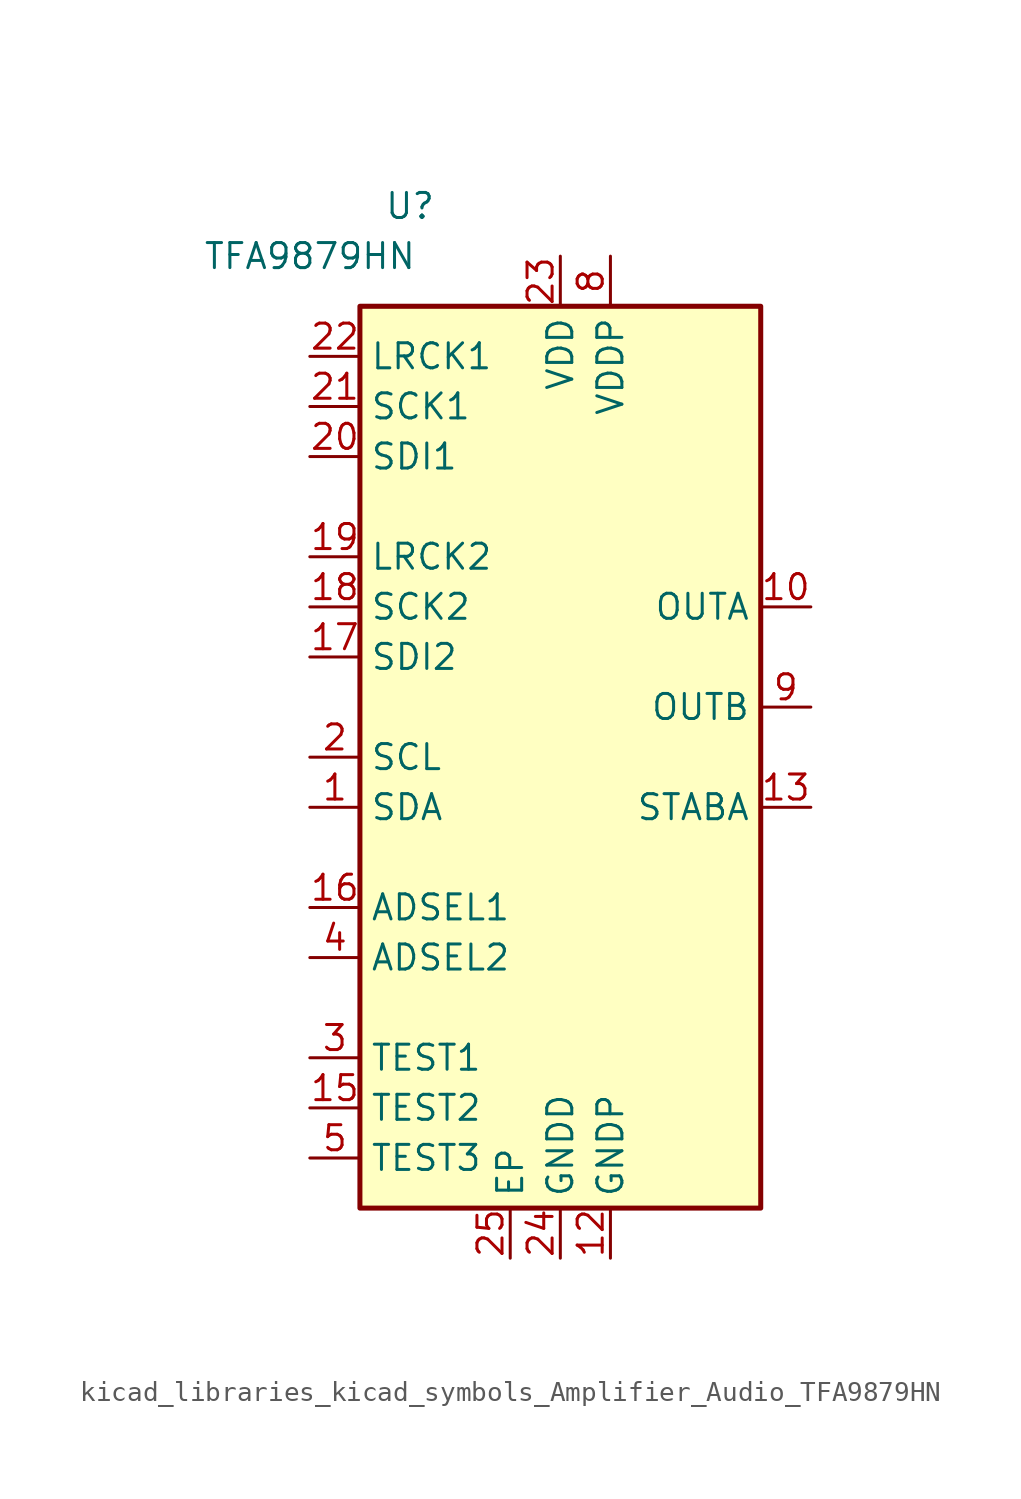
<source format=kicad_sym>
(kicad_symbol_lib
  (version 20220914)
  (generator kicad_symbol_editor)
  (symbol "kicad_libraries_kicad_symbols_Amplifier_Audio_TFA9879HN"
    (property "Reference" "U"
      (at -7.62 27.94 0)
      (effects (font (size 1.27 1.27))))
    (property "Value" "TFA9879HN"
      (at -12.7 25.4 0)
      (effects (font (size 1.27 1.27))))
    (symbol "kicad_libraries_kicad_symbols_Amplifier_Audio_TFA9879HN_0_1"
      (polyline (pts (xy -10.16 22.86) (xy 10.16 22.86) (xy 10.16 -22.86) (xy -10.16 -22.86) (xy -10.16 22.86)) (stroke (width 0.254) (type default)) (fill (type background))))
    (symbol "kicad_libraries_kicad_symbols_Amplifier_Audio_TFA9879HN_1_1"
      (pin bidirectional line (at -12.7 -2.54 0) (length 2.54) (name "SDA" (effects (font (size 1.27 1.27)))) (number "1" (effects (font (size 1.27 1.27)))))
      (pin output line (at 12.7 7.62 180) (length 2.54) (name "OUTA" (effects (font (size 1.27 1.27)))) (number "10" (effects (font (size 1.27 1.27)))))
      (pin passive line (at 2.54 -25.4 90) (length 2.54) hide (name "GNDP" (effects (font (size 1.27 1.27)))) (number "11" (effects (font (size 1.27 1.27)))))
      (pin power_in line (at 2.54 -25.4 90) (length 2.54) (name "GNDP" (effects (font (size 1.27 1.27)))) (number "12" (effects (font (size 1.27 1.27)))))
      (pin output line (at 12.7 -2.54 180) (length 2.54) (name "STABA" (effects (font (size 1.27 1.27)))) (number "13" (effects (font (size 1.27 1.27)))))
      (pin no_connect line (at 10.16 -10.16 180) (length 2.54) hide (name "NC" (effects (font (size 1.27 1.27)))) (number "14" (effects (font (size 1.27 1.27)))))
      (pin input line (at -12.7 -17.78 0) (length 2.54) (name "TEST2" (effects (font (size 1.27 1.27)))) (number "15" (effects (font (size 1.27 1.27)))))
      (pin input line (at -12.7 -7.62 0) (length 2.54) (name "ADSEL1" (effects (font (size 1.27 1.27)))) (number "16" (effects (font (size 1.27 1.27)))))
      (pin input line (at -12.7 5.08 0) (length 2.54) (name "SDI2" (effects (font (size 1.27 1.27)))) (number "17" (effects (font (size 1.27 1.27)))))
      (pin input line (at -12.7 7.62 0) (length 2.54) (name "SCK2" (effects (font (size 1.27 1.27)))) (number "18" (effects (font (size 1.27 1.27)))))
      (pin input line (at -12.7 10.16 0) (length 2.54) (name "LRCK2" (effects (font (size 1.27 1.27)))) (number "19" (effects (font (size 1.27 1.27)))))
      (pin input line (at -12.7 0 0) (length 2.54) (name "SCL" (effects (font (size 1.27 1.27)))) (number "2" (effects (font (size 1.27 1.27)))))
      (pin input line (at -12.7 15.24 0) (length 2.54) (name "SDI1" (effects (font (size 1.27 1.27)))) (number "20" (effects (font (size 1.27 1.27)))))
      (pin input line (at -12.7 17.78 0) (length 2.54) (name "SCK1" (effects (font (size 1.27 1.27)))) (number "21" (effects (font (size 1.27 1.27)))))
      (pin input line (at -12.7 20.32 0) (length 2.54) (name "LRCK1" (effects (font (size 1.27 1.27)))) (number "22" (effects (font (size 1.27 1.27)))))
      (pin power_in line (at 0 25.4 270) (length 2.54) (name "VDD" (effects (font (size 1.27 1.27)))) (number "23" (effects (font (size 1.27 1.27)))))
      (pin power_in line (at 0 -25.4 90) (length 2.54) (name "GNDD" (effects (font (size 1.27 1.27)))) (number "24" (effects (font (size 1.27 1.27)))))
      (pin passive line (at -2.54 -25.4 90) (length 2.54) (name "EP" (effects (font (size 1.27 1.27)))) (number "25" (effects (font (size 1.27 1.27)))))
      (pin input line (at -12.7 -15.24 0) (length 2.54) (name "TEST1" (effects (font (size 1.27 1.27)))) (number "3" (effects (font (size 1.27 1.27)))))
      (pin input line (at -12.7 -10.16 0) (length 2.54) (name "ADSEL2" (effects (font (size 1.27 1.27)))) (number "4" (effects (font (size 1.27 1.27)))))
      (pin input line (at -12.7 -20.32 0) (length 2.54) (name "TEST3" (effects (font (size 1.27 1.27)))) (number "5" (effects (font (size 1.27 1.27)))))
      (pin no_connect line (at 10.16 -12.7 180) (length 2.54) hide (name "NC" (effects (font (size 1.27 1.27)))) (number "6" (effects (font (size 1.27 1.27)))))
      (pin passive line (at 2.54 25.4 270) (length 2.54) hide (name "VDDP" (effects (font (size 1.27 1.27)))) (number "7" (effects (font (size 1.27 1.27)))))
      (pin power_in line (at 2.54 25.4 270) (length 2.54) (name "VDDP" (effects (font (size 1.27 1.27)))) (number "8" (effects (font (size 1.27 1.27)))))
      (pin output line (at 12.7 2.54 180) (length 2.54) (name "OUTB" (effects (font (size 1.27 1.27)))) (number "9" (effects (font (size 1.27 1.27))))))))
</source>
